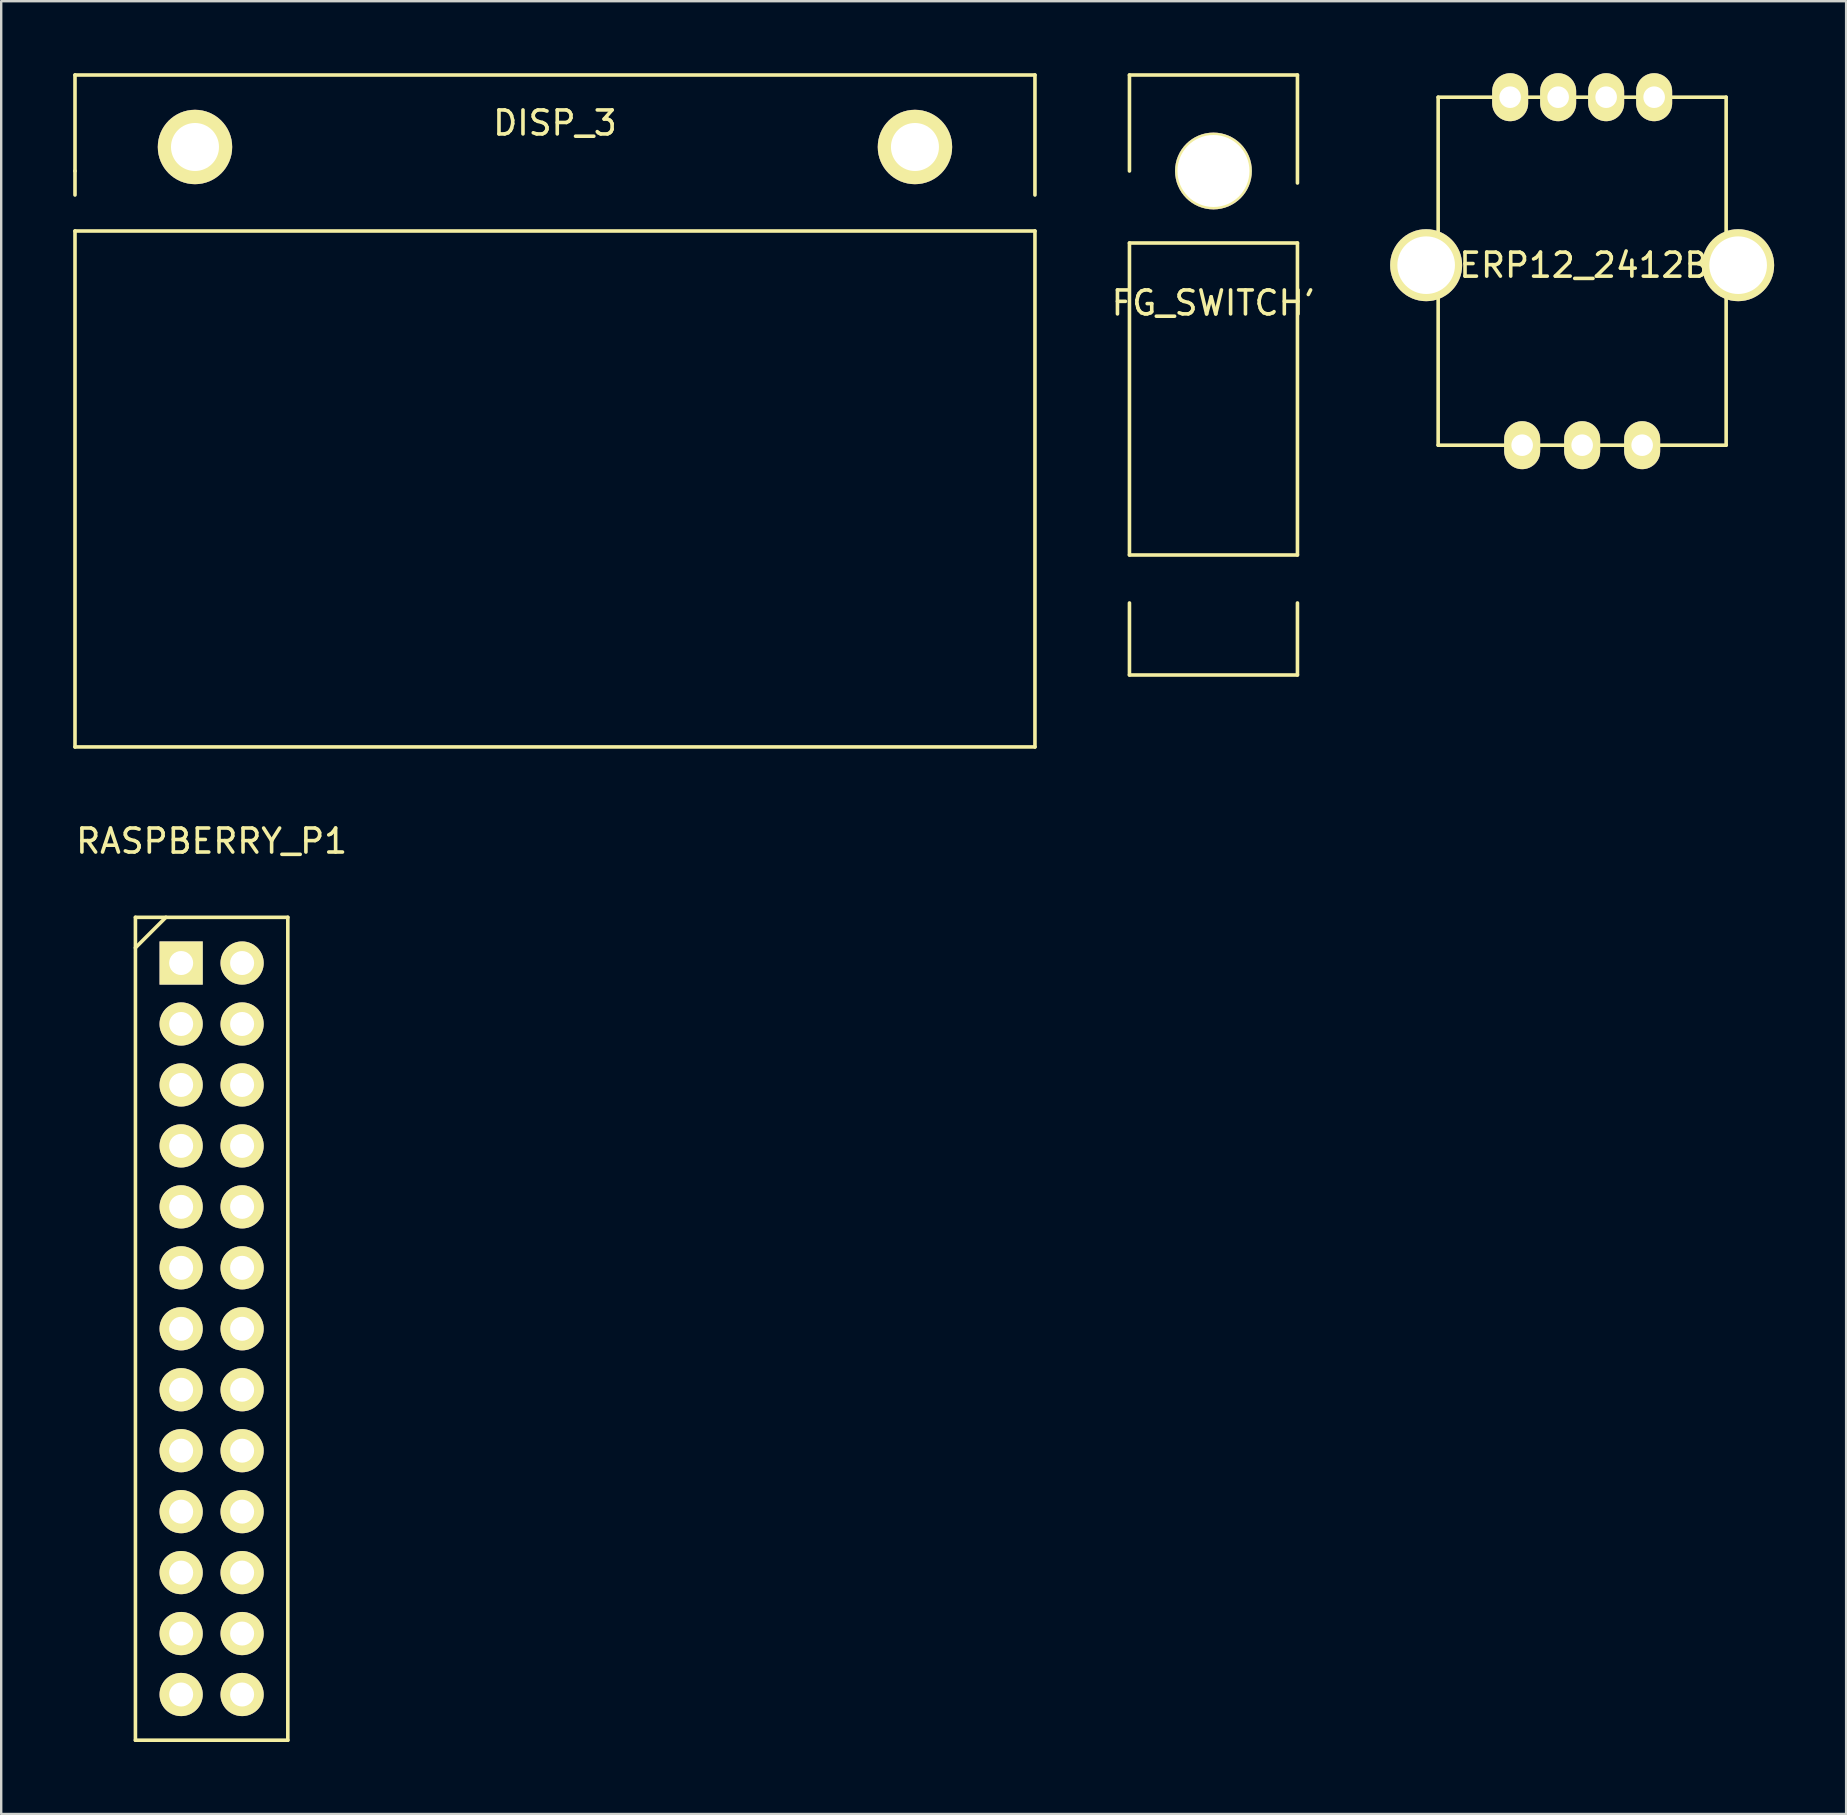
<source format=kicad_pcb>
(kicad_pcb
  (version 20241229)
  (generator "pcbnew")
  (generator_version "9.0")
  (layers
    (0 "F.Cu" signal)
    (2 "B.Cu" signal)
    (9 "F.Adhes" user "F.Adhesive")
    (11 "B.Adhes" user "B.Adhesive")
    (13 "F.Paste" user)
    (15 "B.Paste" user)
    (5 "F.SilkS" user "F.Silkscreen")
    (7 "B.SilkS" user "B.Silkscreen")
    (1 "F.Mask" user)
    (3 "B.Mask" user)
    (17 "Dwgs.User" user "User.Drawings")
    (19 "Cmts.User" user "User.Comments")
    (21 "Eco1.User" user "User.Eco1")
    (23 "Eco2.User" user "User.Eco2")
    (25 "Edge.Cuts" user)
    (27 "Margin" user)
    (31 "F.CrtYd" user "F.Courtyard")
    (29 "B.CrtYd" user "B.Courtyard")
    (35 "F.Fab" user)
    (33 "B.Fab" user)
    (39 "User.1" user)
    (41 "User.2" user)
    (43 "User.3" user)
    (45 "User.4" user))
  (footprint "MERP12_2412BG"
    (layer "F.Cu")
    (at 62.876 8)
    (property "Reference" "MERP12_2412BG" (at 0 0 0) (layer "F.SilkS") (effects (font (size 1 1) (thickness 0.15))))
    (attr through_hole)
    (fp_line (start -6 -7) (end 6 -7) (stroke (width 0.15) (type solid)) (layer "F.SilkS"))
    (fp_line (start -6 7.5) (end -6 -7) (stroke (width 0.15) (type solid)) (layer "F.SilkS"))
    (fp_line (start 6 -7) (end 6 7.5) (stroke (width 0.15) (type solid)) (layer "F.SilkS"))
    (fp_line (start 6 7.5) (end -6 7.5) (stroke (width 0.15) (type solid)) (layer "F.SilkS"))
    (pad "" thru_hole circle (at -6.5 0) (size 3 3) (drill 2.4) (layers "*.Cu" "*.Mask" "F.SilkS"))
    (pad "" thru_hole circle (at 6.5 0) (size 3 3) (drill 2.4) (layers "*.Cu" "*.Mask" "F.SilkS"))
    (pad "1" thru_hole oval (at 3 -7) (size 1.5 2) (drill 0.9) (layers "*.Cu" "*.Mask" "F.SilkS"))
    (pad "2" thru_hole oval (at 1 -7) (size 1.5 2) (drill 0.9) (layers "*.Cu" "*.Mask" "F.SilkS"))
    (pad "3" thru_hole oval (at -1 -7) (size 1.5 2) (drill 0.9) (layers "*.Cu" "*.Mask" "F.SilkS"))
    (pad "4" thru_hole oval (at -3 -7) (size 1.5 2) (drill 0.9) (layers "*.Cu" "*.Mask" "F.SilkS"))
    (pad "5" thru_hole oval (at -2.5 7.5) (size 1.5 2) (drill 0.9) (layers "*.Cu" "*.Mask" "F.SilkS"))
    (pad "6" thru_hole oval (at 0 7.5) (size 1.5 2) (drill 0.9) (layers "*.Cu" "*.Mask" "F.SilkS"))
    (pad "7" thru_hole oval (at 2.5 7.5) (size 1.5 2) (drill 0.9) (layers "*.Cu" "*.Mask" "F.SilkS")))
  (footprint "RASPBERRY_P1"
    (layer "F.Cu")
    (at 5.768 37.078)
    (property "Reference" "RASPBERRY_P1" (at 0 -5.08 0) (layer "F.SilkS") (effects (font (size 1 1) (thickness 0.15))))
    (attr through_hole)
    (fp_line (start -3.175 -1.905) (end 3.175 -1.905) (stroke (width 0.15) (type solid)) (layer "F.SilkS"))
    (fp_line (start -3.175 -0.635) (end -1.905 -1.905) (stroke (width 0.15) (type solid)) (layer "F.SilkS"))
    (fp_line (start -3.175 32.385) (end -3.175 -1.905) (stroke (width 0.15) (type solid)) (layer "F.SilkS"))
    (fp_line (start 3.175 -1.905) (end 3.175 32.385) (stroke (width 0.15) (type solid)) (layer "F.SilkS"))
    (fp_line (start 3.175 32.385) (end -3.175 32.385) (stroke (width 0.15) (type solid)) (layer "F.SilkS"))
    (pad "1" thru_hole rect (at -1.27 0) (size 1.8 1.8) (drill 1) (layers "*.Cu" "*.Mask" "F.SilkS"))
    (pad "2" thru_hole circle (at 1.27 0) (size 1.8 1.8) (drill 1) (layers "*.Cu" "*.Mask" "F.SilkS"))
    (pad "3" thru_hole circle (at -1.27 2.54) (size 1.8 1.8) (drill 1) (layers "*.Cu" "*.Mask" "F.SilkS"))
    (pad "4" thru_hole circle (at 1.27 2.54) (size 1.8 1.8) (drill 1) (layers "*.Cu" "*.Mask" "F.SilkS"))
    (pad "5" thru_hole circle (at -1.27 5.08) (size 1.8 1.8) (drill 1) (layers "*.Cu" "*.Mask" "F.SilkS"))
    (pad "6" thru_hole circle (at 1.27 5.08) (size 1.8 1.8) (drill 1) (layers "*.Cu" "*.Mask" "F.SilkS"))
    (pad "7" thru_hole circle (at -1.27 7.62) (size 1.8 1.8) (drill 1) (layers "*.Cu" "*.Mask" "F.SilkS"))
    (pad "8" thru_hole circle (at 1.27 7.62) (size 1.8 1.8) (drill 1) (layers "*.Cu" "*.Mask" "F.SilkS"))
    (pad "9" thru_hole circle (at -1.27 10.16) (size 1.8 1.8) (drill 1) (layers "*.Cu" "*.Mask" "F.SilkS"))
    (pad "10" thru_hole circle (at 1.27 10.16) (size 1.8 1.8) (drill 1) (layers "*.Cu" "*.Mask" "F.SilkS"))
    (pad "11" thru_hole circle (at -1.27 12.7) (size 1.8 1.8) (drill 1) (layers "*.Cu" "*.Mask" "F.SilkS"))
    (pad "12" thru_hole circle (at 1.27 12.7) (size 1.8 1.8) (drill 1) (layers "*.Cu" "*.Mask" "F.SilkS"))
    (pad "13" thru_hole circle (at -1.27 15.24) (size 1.8 1.8) (drill 1) (layers "*.Cu" "*.Mask" "F.SilkS"))
    (pad "14" thru_hole circle (at 1.27 15.24) (size 1.8 1.8) (drill 1) (layers "*.Cu" "*.Mask" "F.SilkS"))
    (pad "15" thru_hole circle (at -1.27 17.78) (size 1.8 1.8) (drill 1) (layers "*.Cu" "*.Mask" "F.SilkS"))
    (pad "16" thru_hole circle (at 1.27 17.78) (size 1.8 1.8) (drill 1) (layers "*.Cu" "*.Mask" "F.SilkS"))
    (pad "17" thru_hole circle (at -1.27 20.32) (size 1.8 1.8) (drill 1) (layers "*.Cu" "*.Mask" "F.SilkS"))
    (pad "18" thru_hole circle (at 1.27 20.32) (size 1.8 1.8) (drill 1) (layers "*.Cu" "*.Mask" "F.SilkS"))
    (pad "19" thru_hole circle (at -1.27 22.86) (size 1.8 1.8) (drill 1) (layers "*.Cu" "*.Mask" "F.SilkS"))
    (pad "20" thru_hole circle (at 1.27 22.86) (size 1.8 1.8) (drill 1) (layers "*.Cu" "*.Mask" "F.SilkS"))
    (pad "21" thru_hole circle (at -1.27 25.4) (size 1.8 1.8) (drill 1) (layers "*.Cu" "*.Mask" "F.SilkS"))
    (pad "22" thru_hole circle (at 1.27 25.4) (size 1.8 1.8) (drill 1) (layers "*.Cu" "*.Mask" "F.SilkS"))
    (pad "23" thru_hole circle (at -1.27 27.94) (size 1.8 1.8) (drill 1) (layers "*.Cu" "*.Mask" "F.SilkS"))
    (pad "24" thru_hole circle (at 1.27 27.94) (size 1.8 1.8) (drill 1) (layers "*.Cu" "*.Mask" "F.SilkS"))
    (pad "25" thru_hole circle (at -1.27 30.48) (size 1.8 1.8) (drill 1) (layers "*.Cu" "*.Mask" "F.SilkS"))
    (pad "26" thru_hole circle (at 1.27 30.48) (size 1.8 1.8) (drill 1) (layers "*.Cu" "*.Mask" "F.SilkS")))
  (footprint "DISP_3"
    (layer "F.Cu")
    (at 20.075 5.075)
    (property "Reference" "DISP_3" (at 0 -3 0) (layer "F.SilkS") (effects (font (size 1 1) (thickness 0.15))))
    (attr through_hole)
    (fp_line (start -20 -5) (end -20 -1) (stroke (width 0.15) (type solid)) (layer "F.SilkS"))
    (fp_line (start -20 -5) (end 20 -5) (stroke (width 0.15) (type solid)) (layer "F.SilkS"))
    (fp_line (start -20 -1) (end -20 0) (stroke (width 0.15) (type solid)) (layer "F.SilkS"))
    (fp_line (start -20 1.5) (end 20 1.5) (stroke (width 0.15) (type solid)) (layer "F.SilkS"))
    (fp_line (start -20 23) (end -20 1.5) (stroke (width 0.15) (type solid)) (layer "F.SilkS"))
    (fp_line (start 20 -5) (end 20 0) (stroke (width 0.15) (type solid)) (layer "F.SilkS"))
    (fp_line (start 20 1.5) (end 20 23) (stroke (width 0.15) (type solid)) (layer "F.SilkS"))
    (fp_line (start 20 23) (end -20 23) (stroke (width 0.15) (type solid)) (layer "F.SilkS"))
    (pad "1" thru_hole circle (at -15 -2) (size 3.1 3.1) (drill 2) (layers "*.Cu" "*.Mask" "F.SilkS"))
    (pad "2" thru_hole circle (at 15 -2) (size 3.1 3.1) (drill 2) (layers "*.Cu" "*.Mask" "F.SilkS")))
  (footprint "FG_SWITCH'"
    (layer "F.Cu")
    (at 47.513 4.075)
    (property "Reference" "FG_SWITCH'" (at 0 5.5 0) (layer "F.SilkS") (effects (font (size 1 1) (thickness 0.15))))
    (attr through_hole)
    (fp_line (start -3.5 -4) (end -3.5 0) (stroke (width 0.15) (type solid)) (layer "F.SilkS"))
    (fp_line (start -3.5 -4) (end 3.5 -4) (stroke (width 0.15) (type solid)) (layer "F.SilkS"))
    (fp_line (start -3.5 3) (end 3.5 3) (stroke (width 0.15) (type solid)) (layer "F.SilkS"))
    (fp_line (start -3.5 16) (end -3.5 3) (stroke (width 0.15) (type solid)) (layer "F.SilkS"))
    (fp_line (start -3.5 21) (end -3.5 18) (stroke (width 0.15) (type solid)) (layer "F.SilkS"))
    (fp_line (start -3.5 21) (end 3.5 21) (stroke (width 0.15) (type solid)) (layer "F.SilkS"))
    (fp_line (start 3.5 -4) (end 3.5 0.5) (stroke (width 0.15) (type solid)) (layer "F.SilkS"))
    (fp_line (start 3.5 3) (end 3.5 16) (stroke (width 0.15) (type solid)) (layer "F.SilkS"))
    (fp_line (start 3.5 16) (end -3.5 16) (stroke (width 0.15) (type solid)) (layer "F.SilkS"))
    (fp_line (start 3.5 21) (end 3.5 18) (stroke (width 0.15) (type solid)) (layer "F.SilkS"))
    (pad "1" thru_hole circle (at 0 0) (size 3.2 3.2) (drill 3) (layers "*.Cu" "*.Mask" "F.SilkS")))
  (gr_rect
    (start -3 -3)
    (end 73.876 72.538)
    (stroke (width 0.1) (type default))
    (fill no)
    (layer "Edge.Cuts")))
</source>
